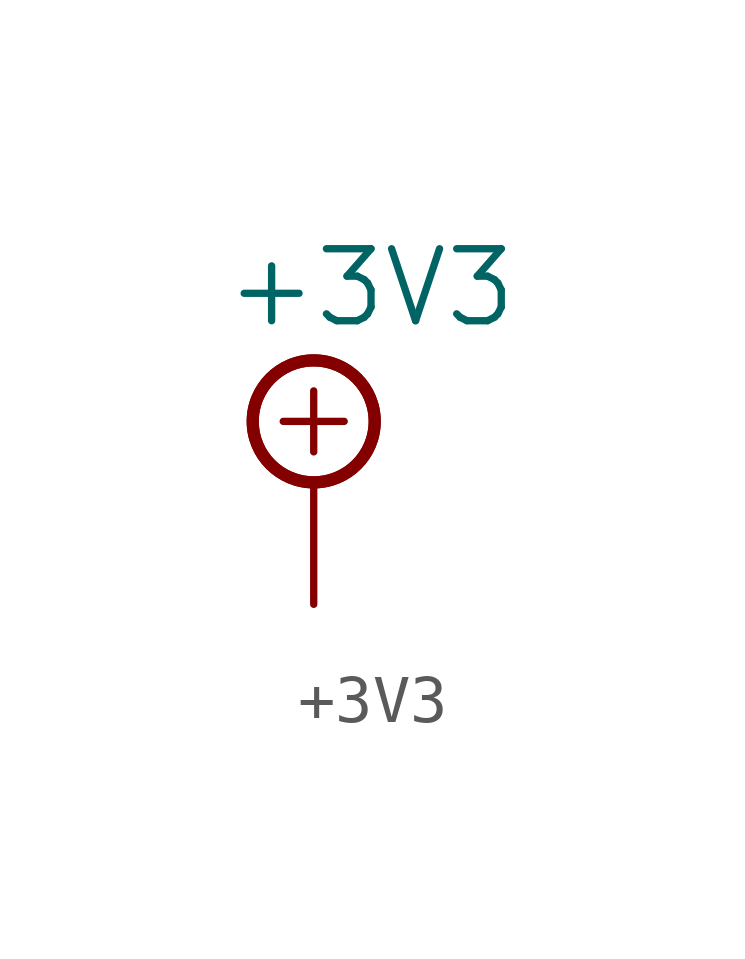
<source format=kicad_sym>
(kicad_symbol_lib
  (version 20231120)
  (generator "kicad_symbol_editor")
  (generator_version "8.0")
  (symbol "+3V3"
    (power)
    (pin_names
      (offset 1.016))
    (property "Reference" "#SUPPLY"
      (at 0 0 0)
      (effects (font (size 1.27 1.27)) (hide yes)))
    (property "Value" "+3V3"
      (at -1.905 5.715 0)
      (effects (font (size 1.499 1.499)) (justify left bottom)))
    (property "ki_locked" ""
      (at 0 0 0)
      (effects (font (size 1.27 1.27))))
    (symbol "+3V3_1_0"
      (polyline (pts (xy -0.635 3.81) (xy 0.635 3.81)) (stroke (width 0) (type solid)) (fill (type none)))
      (polyline (pts (xy 0 3.175) (xy 0 4.445)) (stroke (width 0) (type solid)) (fill (type none)))
      (circle (center 0 3.81) (radius 1.27) (stroke (width 0.254) (type solid)) (fill (type none)))
      (circle (center 0 3.81) (radius 1.27) (stroke (width 0.254) (type solid)) (fill (type none)))
      (pin power_in line (at 0 0 90) (length 2.54) (name "+3V3" (effects (font (size 0 0)))) (number "1" (effects (font (size 0 0))))))))
</source>
